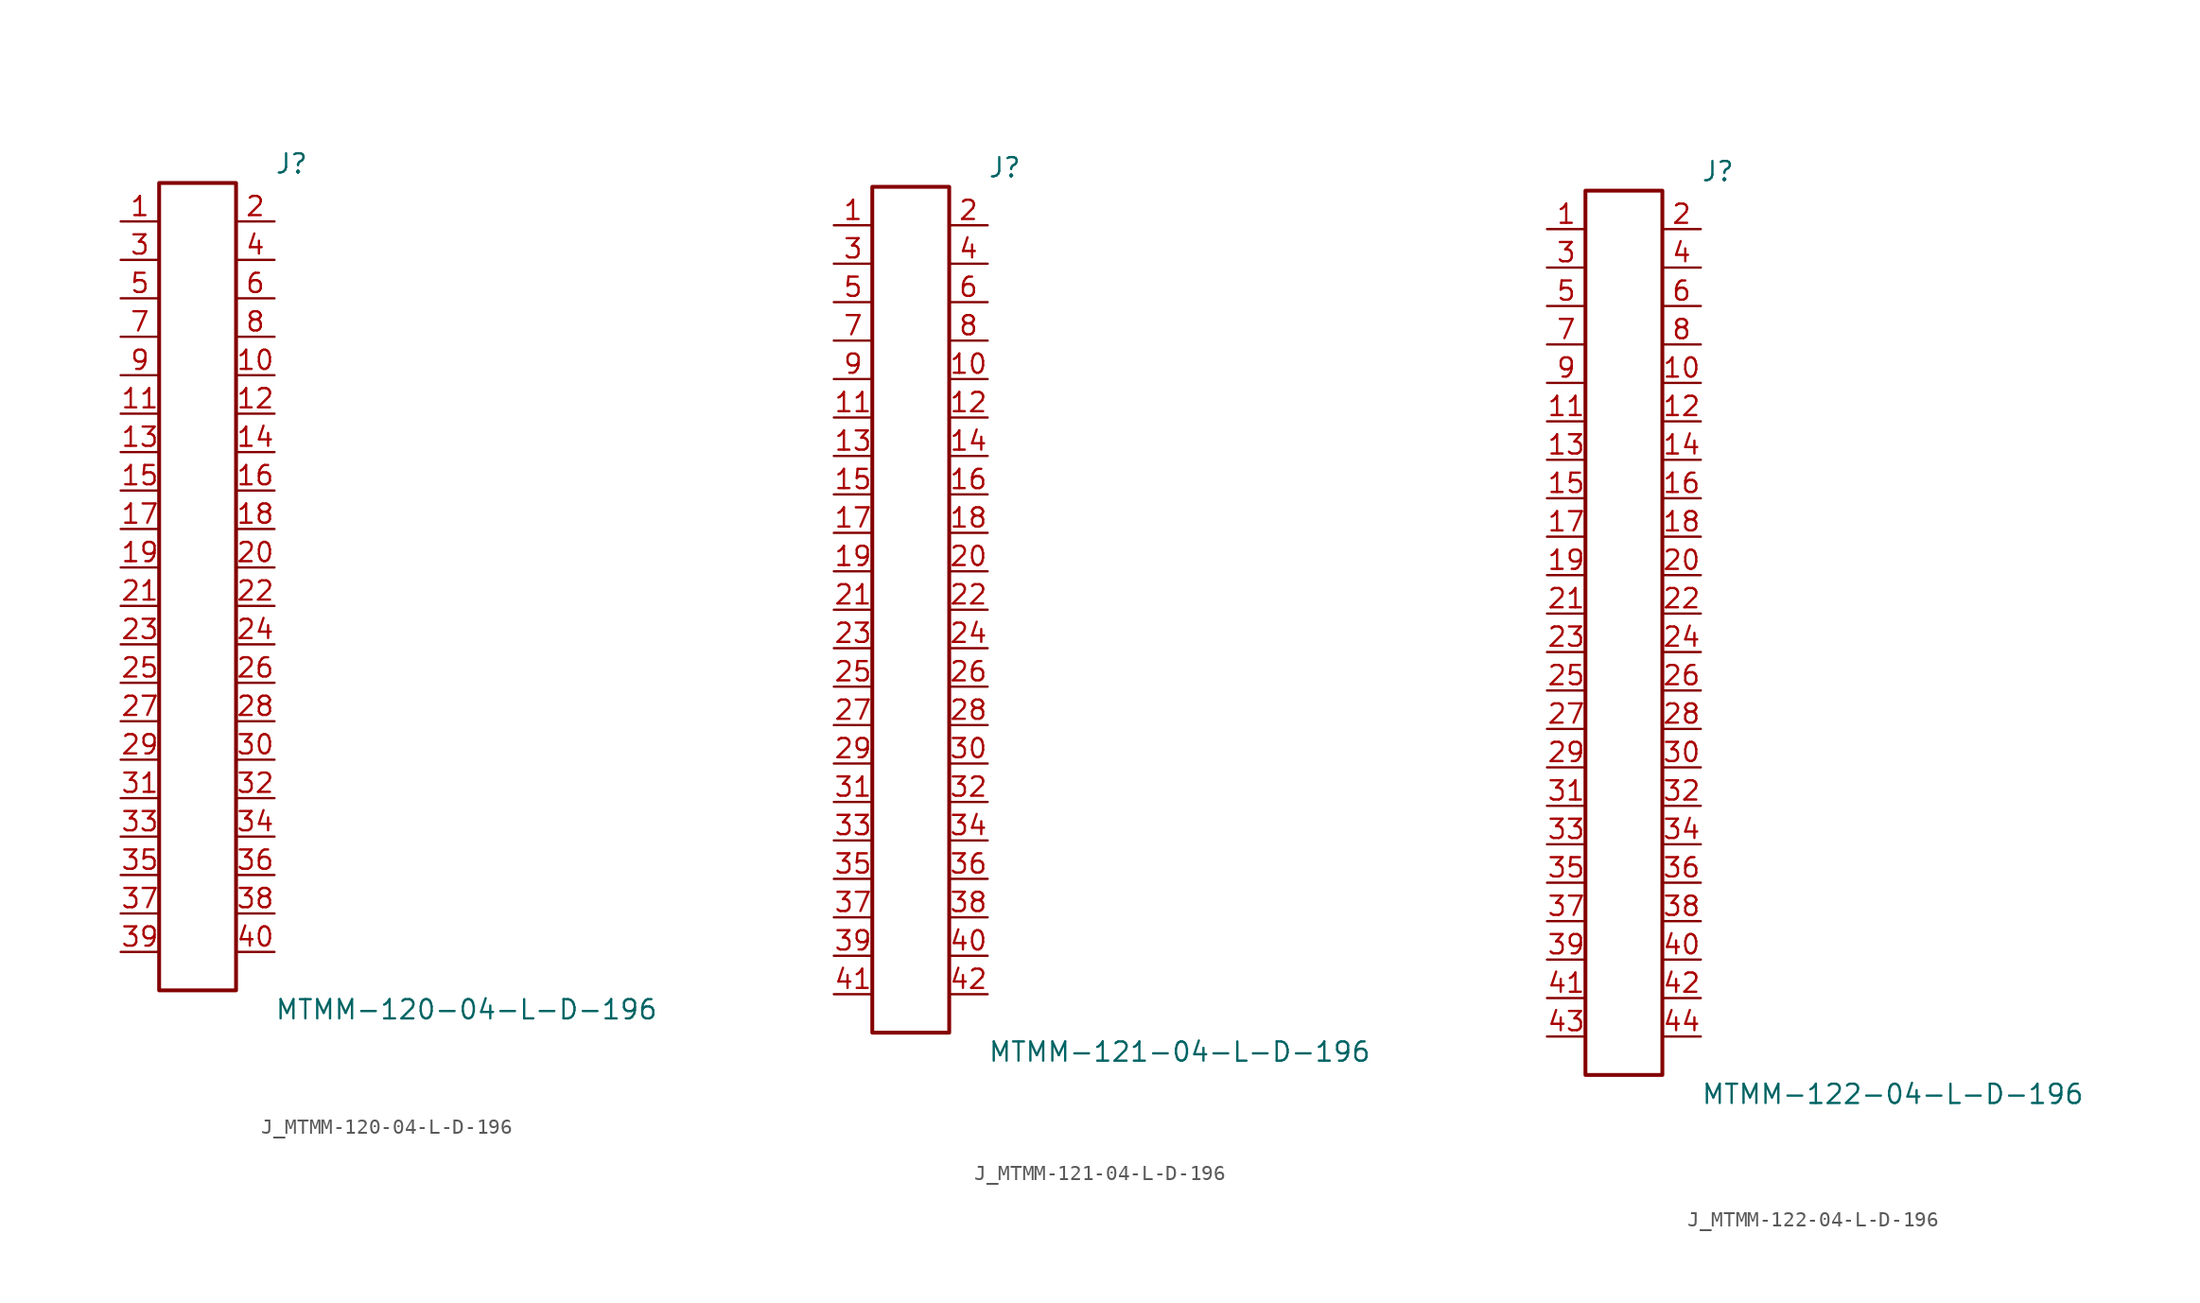
<source format=kicad_sym>
(kicad_symbol_lib
  (version 20231120)
  (generator kicad_symbol_editor)
  (generator_version 8.0)
  (symbol "J_MTMM-120-04-L-D-196"
    (pin_names
      (offset 0.254))
    (property "Reference" "J"
      (at 5.08 27.94 0)
      (effects (font (size 1.27 1.27)) (justify left)))
    (property "Value" "MTMM-120-04-L-D-196"
      (at 5.08 -27.94 0)
      (effects (font (size 1.27 1.27)) (justify left)))
    (symbol "J_MTMM-120-04-L-D-196_0_0"
      (pin passive line (at -5.08 24.13 0) (length 2.54) (name "" (effects (font (size 1.27 1.27)))) (number "1" (effects (font (size 1.27 1.27)))))
      (pin passive line (at 5.08 24.13 180) (length 2.54) (name "" (effects (font (size 1.27 1.27)))) (number "2" (effects (font (size 1.27 1.27)))))
      (pin passive line (at -5.08 21.59 0) (length 2.54) (name "" (effects (font (size 1.27 1.27)))) (number "3" (effects (font (size 1.27 1.27)))))
      (pin passive line (at 5.08 21.59 180) (length 2.54) (name "" (effects (font (size 1.27 1.27)))) (number "4" (effects (font (size 1.27 1.27)))))
      (pin passive line (at -5.08 19.05 0) (length 2.54) (name "" (effects (font (size 1.27 1.27)))) (number "5" (effects (font (size 1.27 1.27)))))
      (pin passive line (at 5.08 19.05 180) (length 2.54) (name "" (effects (font (size 1.27 1.27)))) (number "6" (effects (font (size 1.27 1.27)))))
      (pin passive line (at -5.08 16.51 0) (length 2.54) (name "" (effects (font (size 1.27 1.27)))) (number "7" (effects (font (size 1.27 1.27)))))
      (pin passive line (at 5.08 16.51 180) (length 2.54) (name "" (effects (font (size 1.27 1.27)))) (number "8" (effects (font (size 1.27 1.27)))))
      (pin passive line (at -5.08 13.97 0) (length 2.54) (name "" (effects (font (size 1.27 1.27)))) (number "9" (effects (font (size 1.27 1.27)))))
      (pin passive line (at 5.08 13.97 180) (length 2.54) (name "" (effects (font (size 1.27 1.27)))) (number "10" (effects (font (size 1.27 1.27)))))
      (pin passive line (at -5.08 11.43 0) (length 2.54) (name "" (effects (font (size 1.27 1.27)))) (number "11" (effects (font (size 1.27 1.27)))))
      (pin passive line (at 5.08 11.43 180) (length 2.54) (name "" (effects (font (size 1.27 1.27)))) (number "12" (effects (font (size 1.27 1.27)))))
      (pin passive line (at -5.08 8.89 0) (length 2.54) (name "" (effects (font (size 1.27 1.27)))) (number "13" (effects (font (size 1.27 1.27)))))
      (pin passive line (at 5.08 8.89 180) (length 2.54) (name "" (effects (font (size 1.27 1.27)))) (number "14" (effects (font (size 1.27 1.27)))))
      (pin passive line (at -5.08 6.35 0) (length 2.54) (name "" (effects (font (size 1.27 1.27)))) (number "15" (effects (font (size 1.27 1.27)))))
      (pin passive line (at 5.08 6.35 180) (length 2.54) (name "" (effects (font (size 1.27 1.27)))) (number "16" (effects (font (size 1.27 1.27)))))
      (pin passive line (at -5.08 3.81 0) (length 2.54) (name "" (effects (font (size 1.27 1.27)))) (number "17" (effects (font (size 1.27 1.27)))))
      (pin passive line (at 5.08 3.81 180) (length 2.54) (name "" (effects (font (size 1.27 1.27)))) (number "18" (effects (font (size 1.27 1.27)))))
      (pin passive line (at -5.08 1.27 0) (length 2.54) (name "" (effects (font (size 1.27 1.27)))) (number "19" (effects (font (size 1.27 1.27)))))
      (pin passive line (at 5.08 1.27 180) (length 2.54) (name "" (effects (font (size 1.27 1.27)))) (number "20" (effects (font (size 1.27 1.27)))))
      (pin passive line (at -5.08 -1.27 0) (length 2.54) (name "" (effects (font (size 1.27 1.27)))) (number "21" (effects (font (size 1.27 1.27)))))
      (pin passive line (at 5.08 -1.27 180) (length 2.54) (name "" (effects (font (size 1.27 1.27)))) (number "22" (effects (font (size 1.27 1.27)))))
      (pin passive line (at -5.08 -3.81 0) (length 2.54) (name "" (effects (font (size 1.27 1.27)))) (number "23" (effects (font (size 1.27 1.27)))))
      (pin passive line (at 5.08 -3.81 180) (length 2.54) (name "" (effects (font (size 1.27 1.27)))) (number "24" (effects (font (size 1.27 1.27)))))
      (pin passive line (at -5.08 -6.35 0) (length 2.54) (name "" (effects (font (size 1.27 1.27)))) (number "25" (effects (font (size 1.27 1.27)))))
      (pin passive line (at 5.08 -6.35 180) (length 2.54) (name "" (effects (font (size 1.27 1.27)))) (number "26" (effects (font (size 1.27 1.27)))))
      (pin passive line (at -5.08 -8.89 0) (length 2.54) (name "" (effects (font (size 1.27 1.27)))) (number "27" (effects (font (size 1.27 1.27)))))
      (pin passive line (at 5.08 -8.89 180) (length 2.54) (name "" (effects (font (size 1.27 1.27)))) (number "28" (effects (font (size 1.27 1.27)))))
      (pin passive line (at -5.08 -11.43 0) (length 2.54) (name "" (effects (font (size 1.27 1.27)))) (number "29" (effects (font (size 1.27 1.27)))))
      (pin passive line (at 5.08 -11.43 180) (length 2.54) (name "" (effects (font (size 1.27 1.27)))) (number "30" (effects (font (size 1.27 1.27)))))
      (pin passive line (at -5.08 -13.97 0) (length 2.54) (name "" (effects (font (size 1.27 1.27)))) (number "31" (effects (font (size 1.27 1.27)))))
      (pin passive line (at 5.08 -13.97 180) (length 2.54) (name "" (effects (font (size 1.27 1.27)))) (number "32" (effects (font (size 1.27 1.27)))))
      (pin passive line (at -5.08 -16.51 0) (length 2.54) (name "" (effects (font (size 1.27 1.27)))) (number "33" (effects (font (size 1.27 1.27)))))
      (pin passive line (at 5.08 -16.51 180) (length 2.54) (name "" (effects (font (size 1.27 1.27)))) (number "34" (effects (font (size 1.27 1.27)))))
      (pin passive line (at -5.08 -19.05 0) (length 2.54) (name "" (effects (font (size 1.27 1.27)))) (number "35" (effects (font (size 1.27 1.27)))))
      (pin passive line (at 5.08 -19.05 180) (length 2.54) (name "" (effects (font (size 1.27 1.27)))) (number "36" (effects (font (size 1.27 1.27)))))
      (pin passive line (at -5.08 -21.59 0) (length 2.54) (name "" (effects (font (size 1.27 1.27)))) (number "37" (effects (font (size 1.27 1.27)))))
      (pin passive line (at 5.08 -21.59 180) (length 2.54) (name "" (effects (font (size 1.27 1.27)))) (number "38" (effects (font (size 1.27 1.27)))))
      (pin passive line (at -5.08 -24.13 0) (length 2.54) (name "" (effects (font (size 1.27 1.27)))) (number "39" (effects (font (size 1.27 1.27)))))
      (pin passive line (at 5.08 -24.13 180) (length 2.54) (name "" (effects (font (size 1.27 1.27)))) (number "40" (effects (font (size 1.27 1.27))))))
    (symbol "J_MTMM-120-04-L-D-196_1_0"
      (rectangle (start -2.54 26.67) (end 2.54 -26.67) (stroke (width 0.254) (type solid)) (fill (type none)))))
  (symbol "J_MTMM-121-04-L-D-196"
    (pin_names
      (offset 0.254))
    (property "Reference" "J"
      (at 5.08 29.21 0)
      (effects (font (size 1.27 1.27)) (justify left)))
    (property "Value" "MTMM-121-04-L-D-196"
      (at 5.08 -29.21 0)
      (effects (font (size 1.27 1.27)) (justify left)))
    (symbol "J_MTMM-121-04-L-D-196_0_0"
      (pin passive line (at -5.08 25.4 0) (length 2.54) (name "" (effects (font (size 1.27 1.27)))) (number "1" (effects (font (size 1.27 1.27)))))
      (pin passive line (at 5.08 25.4 180) (length 2.54) (name "" (effects (font (size 1.27 1.27)))) (number "2" (effects (font (size 1.27 1.27)))))
      (pin passive line (at -5.08 22.86 0) (length 2.54) (name "" (effects (font (size 1.27 1.27)))) (number "3" (effects (font (size 1.27 1.27)))))
      (pin passive line (at 5.08 22.86 180) (length 2.54) (name "" (effects (font (size 1.27 1.27)))) (number "4" (effects (font (size 1.27 1.27)))))
      (pin passive line (at -5.08 20.32 0) (length 2.54) (name "" (effects (font (size 1.27 1.27)))) (number "5" (effects (font (size 1.27 1.27)))))
      (pin passive line (at 5.08 20.32 180) (length 2.54) (name "" (effects (font (size 1.27 1.27)))) (number "6" (effects (font (size 1.27 1.27)))))
      (pin passive line (at -5.08 17.78 0) (length 2.54) (name "" (effects (font (size 1.27 1.27)))) (number "7" (effects (font (size 1.27 1.27)))))
      (pin passive line (at 5.08 17.78 180) (length 2.54) (name "" (effects (font (size 1.27 1.27)))) (number "8" (effects (font (size 1.27 1.27)))))
      (pin passive line (at -5.08 15.24 0) (length 2.54) (name "" (effects (font (size 1.27 1.27)))) (number "9" (effects (font (size 1.27 1.27)))))
      (pin passive line (at 5.08 15.24 180) (length 2.54) (name "" (effects (font (size 1.27 1.27)))) (number "10" (effects (font (size 1.27 1.27)))))
      (pin passive line (at -5.08 12.7 0) (length 2.54) (name "" (effects (font (size 1.27 1.27)))) (number "11" (effects (font (size 1.27 1.27)))))
      (pin passive line (at 5.08 12.7 180) (length 2.54) (name "" (effects (font (size 1.27 1.27)))) (number "12" (effects (font (size 1.27 1.27)))))
      (pin passive line (at -5.08 10.16 0) (length 2.54) (name "" (effects (font (size 1.27 1.27)))) (number "13" (effects (font (size 1.27 1.27)))))
      (pin passive line (at 5.08 10.16 180) (length 2.54) (name "" (effects (font (size 1.27 1.27)))) (number "14" (effects (font (size 1.27 1.27)))))
      (pin passive line (at -5.08 7.62 0) (length 2.54) (name "" (effects (font (size 1.27 1.27)))) (number "15" (effects (font (size 1.27 1.27)))))
      (pin passive line (at 5.08 7.62 180) (length 2.54) (name "" (effects (font (size 1.27 1.27)))) (number "16" (effects (font (size 1.27 1.27)))))
      (pin passive line (at -5.08 5.08 0) (length 2.54) (name "" (effects (font (size 1.27 1.27)))) (number "17" (effects (font (size 1.27 1.27)))))
      (pin passive line (at 5.08 5.08 180) (length 2.54) (name "" (effects (font (size 1.27 1.27)))) (number "18" (effects (font (size 1.27 1.27)))))
      (pin passive line (at -5.08 2.54 0) (length 2.54) (name "" (effects (font (size 1.27 1.27)))) (number "19" (effects (font (size 1.27 1.27)))))
      (pin passive line (at 5.08 2.54 180) (length 2.54) (name "" (effects (font (size 1.27 1.27)))) (number "20" (effects (font (size 1.27 1.27)))))
      (pin passive line (at -5.08 0.0 0) (length 2.54) (name "" (effects (font (size 1.27 1.27)))) (number "21" (effects (font (size 1.27 1.27)))))
      (pin passive line (at 5.08 0.0 180) (length 2.54) (name "" (effects (font (size 1.27 1.27)))) (number "22" (effects (font (size 1.27 1.27)))))
      (pin passive line (at -5.08 -2.54 0) (length 2.54) (name "" (effects (font (size 1.27 1.27)))) (number "23" (effects (font (size 1.27 1.27)))))
      (pin passive line (at 5.08 -2.54 180) (length 2.54) (name "" (effects (font (size 1.27 1.27)))) (number "24" (effects (font (size 1.27 1.27)))))
      (pin passive line (at -5.08 -5.08 0) (length 2.54) (name "" (effects (font (size 1.27 1.27)))) (number "25" (effects (font (size 1.27 1.27)))))
      (pin passive line (at 5.08 -5.08 180) (length 2.54) (name "" (effects (font (size 1.27 1.27)))) (number "26" (effects (font (size 1.27 1.27)))))
      (pin passive line (at -5.08 -7.62 0) (length 2.54) (name "" (effects (font (size 1.27 1.27)))) (number "27" (effects (font (size 1.27 1.27)))))
      (pin passive line (at 5.08 -7.62 180) (length 2.54) (name "" (effects (font (size 1.27 1.27)))) (number "28" (effects (font (size 1.27 1.27)))))
      (pin passive line (at -5.08 -10.16 0) (length 2.54) (name "" (effects (font (size 1.27 1.27)))) (number "29" (effects (font (size 1.27 1.27)))))
      (pin passive line (at 5.08 -10.16 180) (length 2.54) (name "" (effects (font (size 1.27 1.27)))) (number "30" (effects (font (size 1.27 1.27)))))
      (pin passive line (at -5.08 -12.7 0) (length 2.54) (name "" (effects (font (size 1.27 1.27)))) (number "31" (effects (font (size 1.27 1.27)))))
      (pin passive line (at 5.08 -12.7 180) (length 2.54) (name "" (effects (font (size 1.27 1.27)))) (number "32" (effects (font (size 1.27 1.27)))))
      (pin passive line (at -5.08 -15.24 0) (length 2.54) (name "" (effects (font (size 1.27 1.27)))) (number "33" (effects (font (size 1.27 1.27)))))
      (pin passive line (at 5.08 -15.24 180) (length 2.54) (name "" (effects (font (size 1.27 1.27)))) (number "34" (effects (font (size 1.27 1.27)))))
      (pin passive line (at -5.08 -17.78 0) (length 2.54) (name "" (effects (font (size 1.27 1.27)))) (number "35" (effects (font (size 1.27 1.27)))))
      (pin passive line (at 5.08 -17.78 180) (length 2.54) (name "" (effects (font (size 1.27 1.27)))) (number "36" (effects (font (size 1.27 1.27)))))
      (pin passive line (at -5.08 -20.32 0) (length 2.54) (name "" (effects (font (size 1.27 1.27)))) (number "37" (effects (font (size 1.27 1.27)))))
      (pin passive line (at 5.08 -20.32 180) (length 2.54) (name "" (effects (font (size 1.27 1.27)))) (number "38" (effects (font (size 1.27 1.27)))))
      (pin passive line (at -5.08 -22.86 0) (length 2.54) (name "" (effects (font (size 1.27 1.27)))) (number "39" (effects (font (size 1.27 1.27)))))
      (pin passive line (at 5.08 -22.86 180) (length 2.54) (name "" (effects (font (size 1.27 1.27)))) (number "40" (effects (font (size 1.27 1.27)))))
      (pin passive line (at -5.08 -25.4 0) (length 2.54) (name "" (effects (font (size 1.27 1.27)))) (number "41" (effects (font (size 1.27 1.27)))))
      (pin passive line (at 5.08 -25.4 180) (length 2.54) (name "" (effects (font (size 1.27 1.27)))) (number "42" (effects (font (size 1.27 1.27))))))
    (symbol "J_MTMM-121-04-L-D-196_1_0"
      (rectangle (start -2.54 27.94) (end 2.54 -27.94) (stroke (width 0.254) (type solid)) (fill (type none)))))
  (symbol "J_MTMM-122-04-L-D-196"
    (pin_names
      (offset 0.254))
    (property "Reference" "J"
      (at 5.08 30.48 0)
      (effects (font (size 1.27 1.27)) (justify left)))
    (property "Value" "MTMM-122-04-L-D-196"
      (at 5.08 -30.48 0)
      (effects (font (size 1.27 1.27)) (justify left)))
    (symbol "J_MTMM-122-04-L-D-196_0_0"
      (pin passive line (at -5.08 26.67 0) (length 2.54) (name "" (effects (font (size 1.27 1.27)))) (number "1" (effects (font (size 1.27 1.27)))))
      (pin passive line (at 5.08 26.67 180) (length 2.54) (name "" (effects (font (size 1.27 1.27)))) (number "2" (effects (font (size 1.27 1.27)))))
      (pin passive line (at -5.08 24.13 0) (length 2.54) (name "" (effects (font (size 1.27 1.27)))) (number "3" (effects (font (size 1.27 1.27)))))
      (pin passive line (at 5.08 24.13 180) (length 2.54) (name "" (effects (font (size 1.27 1.27)))) (number "4" (effects (font (size 1.27 1.27)))))
      (pin passive line (at -5.08 21.59 0) (length 2.54) (name "" (effects (font (size 1.27 1.27)))) (number "5" (effects (font (size 1.27 1.27)))))
      (pin passive line (at 5.08 21.59 180) (length 2.54) (name "" (effects (font (size 1.27 1.27)))) (number "6" (effects (font (size 1.27 1.27)))))
      (pin passive line (at -5.08 19.05 0) (length 2.54) (name "" (effects (font (size 1.27 1.27)))) (number "7" (effects (font (size 1.27 1.27)))))
      (pin passive line (at 5.08 19.05 180) (length 2.54) (name "" (effects (font (size 1.27 1.27)))) (number "8" (effects (font (size 1.27 1.27)))))
      (pin passive line (at -5.08 16.51 0) (length 2.54) (name "" (effects (font (size 1.27 1.27)))) (number "9" (effects (font (size 1.27 1.27)))))
      (pin passive line (at 5.08 16.51 180) (length 2.54) (name "" (effects (font (size 1.27 1.27)))) (number "10" (effects (font (size 1.27 1.27)))))
      (pin passive line (at -5.08 13.97 0) (length 2.54) (name "" (effects (font (size 1.27 1.27)))) (number "11" (effects (font (size 1.27 1.27)))))
      (pin passive line (at 5.08 13.97 180) (length 2.54) (name "" (effects (font (size 1.27 1.27)))) (number "12" (effects (font (size 1.27 1.27)))))
      (pin passive line (at -5.08 11.43 0) (length 2.54) (name "" (effects (font (size 1.27 1.27)))) (number "13" (effects (font (size 1.27 1.27)))))
      (pin passive line (at 5.08 11.43 180) (length 2.54) (name "" (effects (font (size 1.27 1.27)))) (number "14" (effects (font (size 1.27 1.27)))))
      (pin passive line (at -5.08 8.89 0) (length 2.54) (name "" (effects (font (size 1.27 1.27)))) (number "15" (effects (font (size 1.27 1.27)))))
      (pin passive line (at 5.08 8.89 180) (length 2.54) (name "" (effects (font (size 1.27 1.27)))) (number "16" (effects (font (size 1.27 1.27)))))
      (pin passive line (at -5.08 6.35 0) (length 2.54) (name "" (effects (font (size 1.27 1.27)))) (number "17" (effects (font (size 1.27 1.27)))))
      (pin passive line (at 5.08 6.35 180) (length 2.54) (name "" (effects (font (size 1.27 1.27)))) (number "18" (effects (font (size 1.27 1.27)))))
      (pin passive line (at -5.08 3.81 0) (length 2.54) (name "" (effects (font (size 1.27 1.27)))) (number "19" (effects (font (size 1.27 1.27)))))
      (pin passive line (at 5.08 3.81 180) (length 2.54) (name "" (effects (font (size 1.27 1.27)))) (number "20" (effects (font (size 1.27 1.27)))))
      (pin passive line (at -5.08 1.27 0) (length 2.54) (name "" (effects (font (size 1.27 1.27)))) (number "21" (effects (font (size 1.27 1.27)))))
      (pin passive line (at 5.08 1.27 180) (length 2.54) (name "" (effects (font (size 1.27 1.27)))) (number "22" (effects (font (size 1.27 1.27)))))
      (pin passive line (at -5.08 -1.27 0) (length 2.54) (name "" (effects (font (size 1.27 1.27)))) (number "23" (effects (font (size 1.27 1.27)))))
      (pin passive line (at 5.08 -1.27 180) (length 2.54) (name "" (effects (font (size 1.27 1.27)))) (number "24" (effects (font (size 1.27 1.27)))))
      (pin passive line (at -5.08 -3.81 0) (length 2.54) (name "" (effects (font (size 1.27 1.27)))) (number "25" (effects (font (size 1.27 1.27)))))
      (pin passive line (at 5.08 -3.81 180) (length 2.54) (name "" (effects (font (size 1.27 1.27)))) (number "26" (effects (font (size 1.27 1.27)))))
      (pin passive line (at -5.08 -6.35 0) (length 2.54) (name "" (effects (font (size 1.27 1.27)))) (number "27" (effects (font (size 1.27 1.27)))))
      (pin passive line (at 5.08 -6.35 180) (length 2.54) (name "" (effects (font (size 1.27 1.27)))) (number "28" (effects (font (size 1.27 1.27)))))
      (pin passive line (at -5.08 -8.89 0) (length 2.54) (name "" (effects (font (size 1.27 1.27)))) (number "29" (effects (font (size 1.27 1.27)))))
      (pin passive line (at 5.08 -8.89 180) (length 2.54) (name "" (effects (font (size 1.27 1.27)))) (number "30" (effects (font (size 1.27 1.27)))))
      (pin passive line (at -5.08 -11.43 0) (length 2.54) (name "" (effects (font (size 1.27 1.27)))) (number "31" (effects (font (size 1.27 1.27)))))
      (pin passive line (at 5.08 -11.43 180) (length 2.54) (name "" (effects (font (size 1.27 1.27)))) (number "32" (effects (font (size 1.27 1.27)))))
      (pin passive line (at -5.08 -13.97 0) (length 2.54) (name "" (effects (font (size 1.27 1.27)))) (number "33" (effects (font (size 1.27 1.27)))))
      (pin passive line (at 5.08 -13.97 180) (length 2.54) (name "" (effects (font (size 1.27 1.27)))) (number "34" (effects (font (size 1.27 1.27)))))
      (pin passive line (at -5.08 -16.51 0) (length 2.54) (name "" (effects (font (size 1.27 1.27)))) (number "35" (effects (font (size 1.27 1.27)))))
      (pin passive line (at 5.08 -16.51 180) (length 2.54) (name "" (effects (font (size 1.27 1.27)))) (number "36" (effects (font (size 1.27 1.27)))))
      (pin passive line (at -5.08 -19.05 0) (length 2.54) (name "" (effects (font (size 1.27 1.27)))) (number "37" (effects (font (size 1.27 1.27)))))
      (pin passive line (at 5.08 -19.05 180) (length 2.54) (name "" (effects (font (size 1.27 1.27)))) (number "38" (effects (font (size 1.27 1.27)))))
      (pin passive line (at -5.08 -21.59 0) (length 2.54) (name "" (effects (font (size 1.27 1.27)))) (number "39" (effects (font (size 1.27 1.27)))))
      (pin passive line (at 5.08 -21.59 180) (length 2.54) (name "" (effects (font (size 1.27 1.27)))) (number "40" (effects (font (size 1.27 1.27)))))
      (pin passive line (at -5.08 -24.13 0) (length 2.54) (name "" (effects (font (size 1.27 1.27)))) (number "41" (effects (font (size 1.27 1.27)))))
      (pin passive line (at 5.08 -24.13 180) (length 2.54) (name "" (effects (font (size 1.27 1.27)))) (number "42" (effects (font (size 1.27 1.27)))))
      (pin passive line (at -5.08 -26.67 0) (length 2.54) (name "" (effects (font (size 1.27 1.27)))) (number "43" (effects (font (size 1.27 1.27)))))
      (pin passive line (at 5.08 -26.67 180) (length 2.54) (name "" (effects (font (size 1.27 1.27)))) (number "44" (effects (font (size 1.27 1.27))))))
    (symbol "J_MTMM-122-04-L-D-196_1_0"
      (rectangle (start -2.54 29.21) (end 2.54 -29.21) (stroke (width 0.254) (type solid)) (fill (type none))))))
</source>
